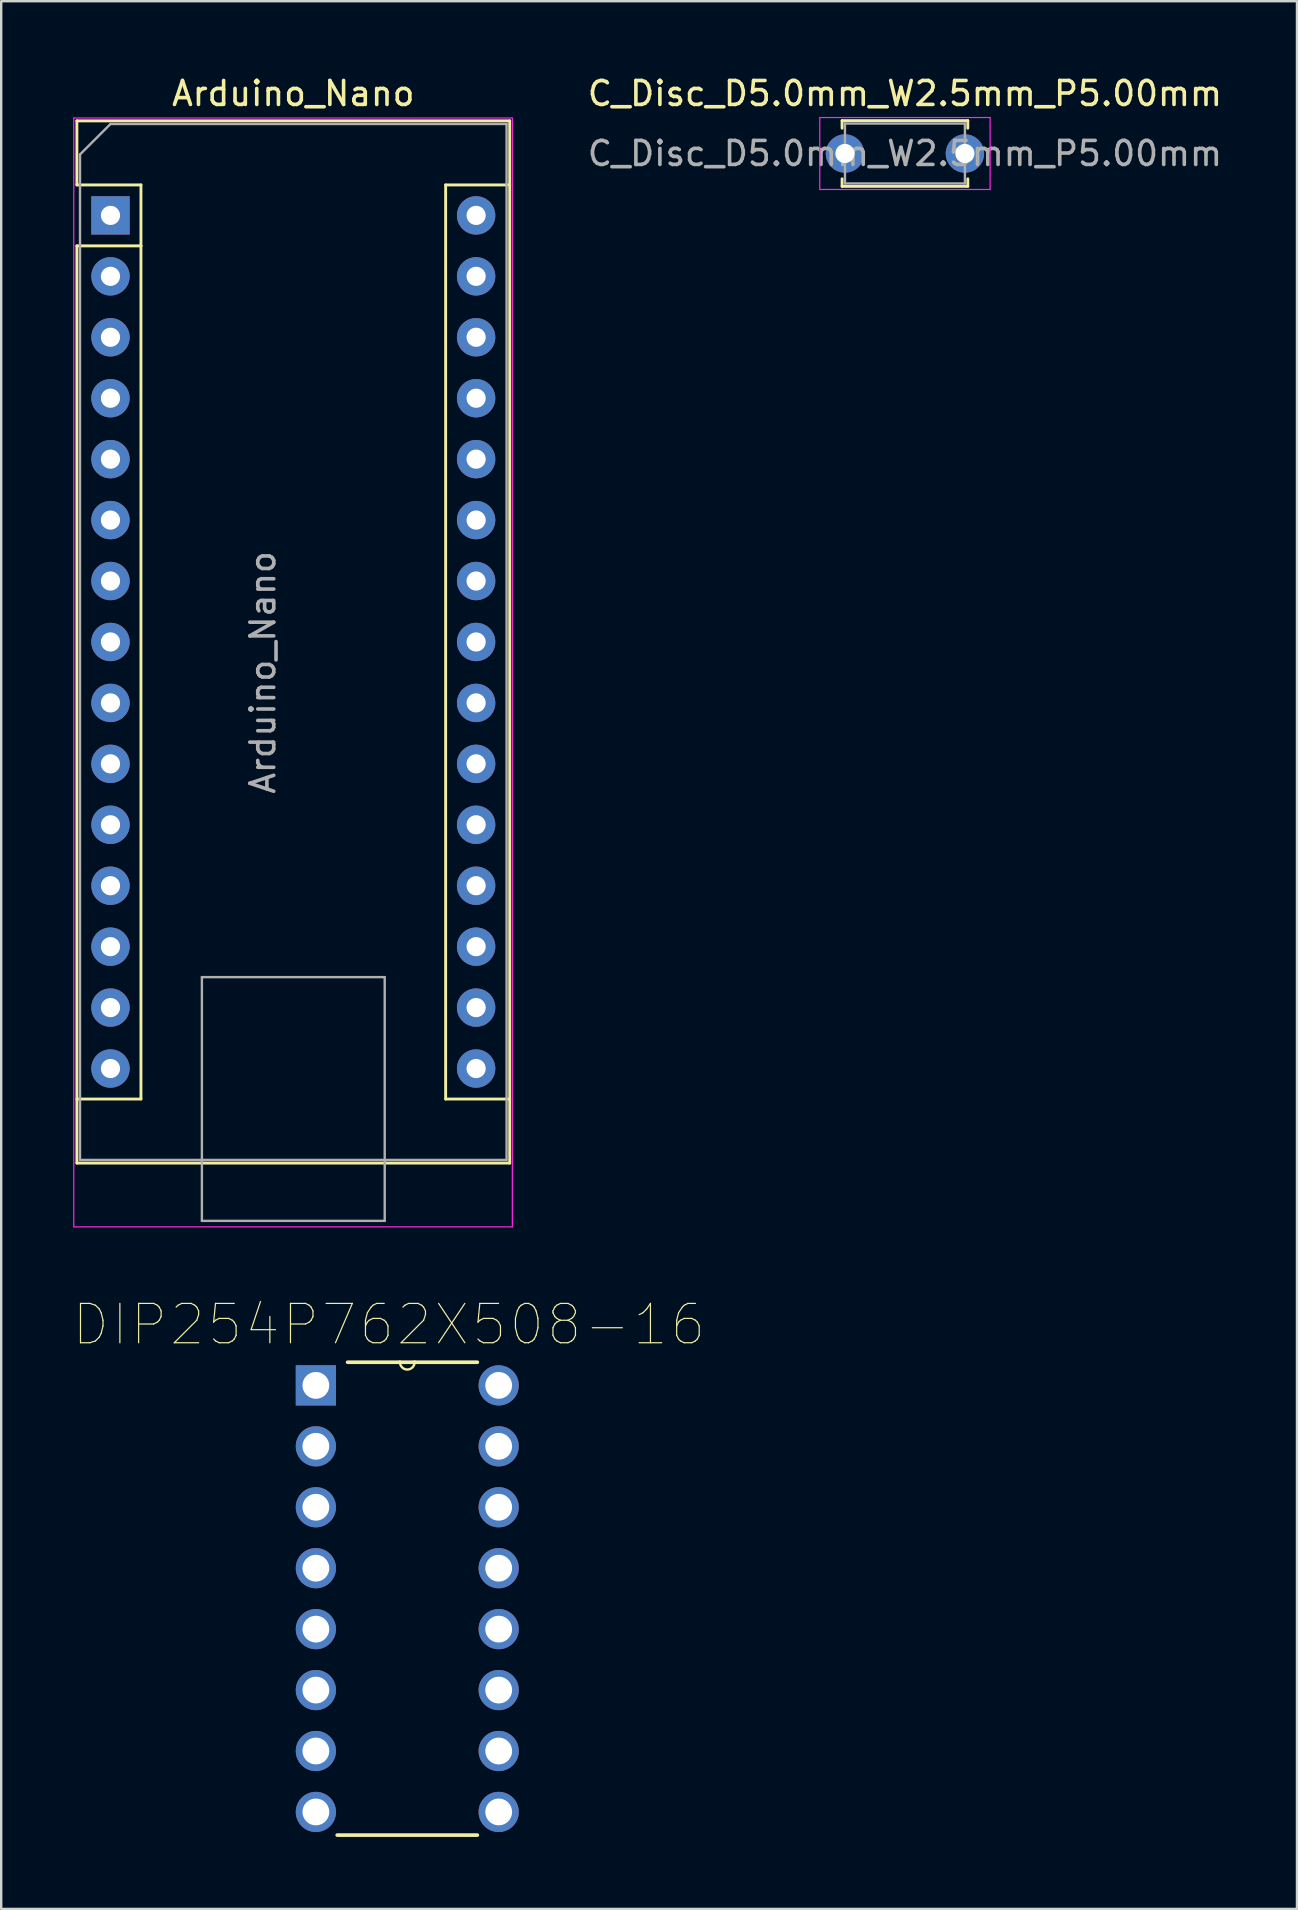
<source format=kicad_pcb>
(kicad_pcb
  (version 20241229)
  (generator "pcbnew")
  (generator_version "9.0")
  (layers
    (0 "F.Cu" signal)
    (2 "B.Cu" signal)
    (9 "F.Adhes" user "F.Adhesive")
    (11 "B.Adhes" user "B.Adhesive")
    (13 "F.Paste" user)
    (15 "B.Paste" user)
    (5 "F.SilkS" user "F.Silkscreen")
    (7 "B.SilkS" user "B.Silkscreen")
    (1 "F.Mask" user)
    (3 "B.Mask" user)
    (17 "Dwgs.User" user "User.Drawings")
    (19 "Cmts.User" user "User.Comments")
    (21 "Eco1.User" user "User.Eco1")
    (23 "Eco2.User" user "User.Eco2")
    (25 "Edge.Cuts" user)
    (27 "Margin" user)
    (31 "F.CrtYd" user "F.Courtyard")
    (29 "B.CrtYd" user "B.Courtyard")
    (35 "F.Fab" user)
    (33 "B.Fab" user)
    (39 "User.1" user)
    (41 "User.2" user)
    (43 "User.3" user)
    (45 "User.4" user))
  (footprint "DIP254P762X508-16"
    (layer "F.Cu")
    (at 17.736 72.474)
    (property "Reference" "DIP254P762X508-16" (at -4.576 -20.313 0) (layer "F.SilkS") (effects (font (size 1.641 1.641) (thickness 0.05))))
    (attr through_hole)
    (fp_line (start -6.731 0.965) (end -0.889 0.965) (stroke (width 0.152) (type solid)) (layer "F.SilkS"))
    (fp_line (start -4.115 -18.745) (end -6.299 -18.745) (stroke (width 0.152) (type solid)) (layer "F.SilkS"))
    (fp_line (start -3.505 -18.745) (end -4.115 -18.745) (stroke (width 0.152) (type solid)) (layer "F.SilkS"))
    (fp_line (start -0.889 -18.745) (end -3.505 -18.745) (stroke (width 0.152) (type solid)) (layer "F.SilkS"))
    (fp_arc (start -3.5052 -18.7452) (mid -3.81 -18.4404) (end -4.1148 -18.7452) (stroke (width 0.1) (type solid)) (layer "F.SilkS"))
    (fp_line (start -8.179 -18.339) (end -8.179 -17.221) (stroke (width 0.152) (type solid)) (layer "Eco2.User"))
    (fp_line (start -8.179 -17.221) (end -7.112 -17.221) (stroke (width 0.152) (type solid)) (layer "Eco2.User"))
    (fp_line (start -8.179 -15.799) (end -8.179 -14.681) (stroke (width 0.152) (type solid)) (layer "Eco2.User"))
    (fp_line (start -8.179 -14.681) (end -7.112 -14.681) (stroke (width 0.152) (type solid)) (layer "Eco2.User"))
    (fp_line (start -8.179 -13.259) (end -8.179 -12.141) (stroke (width 0.152) (type solid)) (layer "Eco2.User"))
    (fp_line (start -8.179 -12.141) (end -7.112 -12.141) (stroke (width 0.152) (type solid)) (layer "Eco2.User"))
    (fp_line (start -8.179 -10.719) (end -8.179 -9.601) (stroke (width 0.152) (type solid)) (layer "Eco2.User"))
    (fp_line (start -8.179 -9.601) (end -7.112 -9.601) (stroke (width 0.152) (type solid)) (layer "Eco2.User"))
    (fp_line (start -8.179 -8.179) (end -8.179 -7.061) (stroke (width 0.152) (type solid)) (layer "Eco2.User"))
    (fp_line (start -8.179 -7.061) (end -7.112 -7.061) (stroke (width 0.152) (type solid)) (layer "Eco2.User"))
    (fp_line (start -8.179 -5.639) (end -8.179 -4.521) (stroke (width 0.152) (type solid)) (layer "Eco2.User"))
    (fp_line (start -8.179 -4.521) (end -7.112 -4.521) (stroke (width 0.152) (type solid)) (layer "Eco2.User"))
    (fp_line (start -8.179 -3.099) (end -8.179 -1.981) (stroke (width 0.152) (type solid)) (layer "Eco2.User"))
    (fp_line (start -8.179 -1.981) (end -7.112 -1.981) (stroke (width 0.152) (type solid)) (layer "Eco2.User"))
    (fp_line (start -8.179 -0.559) (end -8.179 0.559) (stroke (width 0.152) (type solid)) (layer "Eco2.User"))
    (fp_line (start -8.179 0.559) (end -7.112 0.559) (stroke (width 0.152) (type solid)) (layer "Eco2.User"))
    (fp_line (start -7.112 -18.745) (end -7.112 0.965) (stroke (width 0.152) (type solid)) (layer "Eco2.User"))
    (fp_line (start -7.112 -18.339) (end -8.179 -18.339) (stroke (width 0.152) (type solid)) (layer "Eco2.User"))
    (fp_line (start -7.112 -17.221) (end -7.112 -18.339) (stroke (width 0.152) (type solid)) (layer "Eco2.User"))
    (fp_line (start -7.112 -15.799) (end -8.179 -15.799) (stroke (width 0.152) (type solid)) (layer "Eco2.User"))
    (fp_line (start -7.112 -14.681) (end -7.112 -15.799) (stroke (width 0.152) (type solid)) (layer "Eco2.User"))
    (fp_line (start -7.112 -13.259) (end -8.179 -13.259) (stroke (width 0.152) (type solid)) (layer "Eco2.User"))
    (fp_line (start -7.112 -12.141) (end -7.112 -13.259) (stroke (width 0.152) (type solid)) (layer "Eco2.User"))
    (fp_line (start -7.112 -10.719) (end -8.179 -10.719) (stroke (width 0.152) (type solid)) (layer "Eco2.User"))
    (fp_line (start -7.112 -9.601) (end -7.112 -10.719) (stroke (width 0.152) (type solid)) (layer "Eco2.User"))
    (fp_line (start -7.112 -8.179) (end -8.179 -8.179) (stroke (width 0.152) (type solid)) (layer "Eco2.User"))
    (fp_line (start -7.112 -7.061) (end -7.112 -8.179) (stroke (width 0.152) (type solid)) (layer "Eco2.User"))
    (fp_line (start -7.112 -5.639) (end -8.179 -5.639) (stroke (width 0.152) (type solid)) (layer "Eco2.User"))
    (fp_line (start -7.112 -4.521) (end -7.112 -5.639) (stroke (width 0.152) (type solid)) (layer "Eco2.User"))
    (fp_line (start -7.112 -3.099) (end -8.179 -3.099) (stroke (width 0.152) (type solid)) (layer "Eco2.User"))
    (fp_line (start -7.112 -1.981) (end -7.112 -3.099) (stroke (width 0.152) (type solid)) (layer "Eco2.User"))
    (fp_line (start -7.112 -0.559) (end -8.179 -0.559) (stroke (width 0.152) (type solid)) (layer "Eco2.User"))
    (fp_line (start -7.112 0.559) (end -7.112 -0.559) (stroke (width 0.152) (type solid)) (layer "Eco2.User"))
    (fp_line (start -7.112 0.965) (end -0.508 0.965) (stroke (width 0.152) (type solid)) (layer "Eco2.User"))
    (fp_line (start -4.115 -18.745) (end -7.112 -18.745) (stroke (width 0.152) (type solid)) (layer "Eco2.User"))
    (fp_line (start -3.505 -18.745) (end -4.115 -18.745) (stroke (width 0.152) (type solid)) (layer "Eco2.User"))
    (fp_line (start -0.508 -18.745) (end -3.505 -18.745) (stroke (width 0.152) (type solid)) (layer "Eco2.User"))
    (fp_line (start -0.508 -18.339) (end -0.508 -17.221) (stroke (width 0.152) (type solid)) (layer "Eco2.User"))
    (fp_line (start -0.508 -17.221) (end 0.559 -17.221) (stroke (width 0.152) (type solid)) (layer "Eco2.User"))
    (fp_line (start -0.508 -15.799) (end -0.508 -14.681) (stroke (width 0.152) (type solid)) (layer "Eco2.User"))
    (fp_line (start -0.508 -14.681) (end 0.559 -14.681) (stroke (width 0.152) (type solid)) (layer "Eco2.User"))
    (fp_line (start -0.508 -13.259) (end -0.508 -12.141) (stroke (width 0.152) (type solid)) (layer "Eco2.User"))
    (fp_line (start -0.508 -12.141) (end 0.559 -12.141) (stroke (width 0.152) (type solid)) (layer "Eco2.User"))
    (fp_line (start -0.508 -10.719) (end -0.508 -9.601) (stroke (width 0.152) (type solid)) (layer "Eco2.User"))
    (fp_line (start -0.508 -9.601) (end 0.559 -9.601) (stroke (width 0.152) (type solid)) (layer "Eco2.User"))
    (fp_line (start -0.508 -8.179) (end -0.508 -7.061) (stroke (width 0.152) (type solid)) (layer "Eco2.User"))
    (fp_line (start -0.508 -7.061) (end 0.559 -7.061) (stroke (width 0.152) (type solid)) (layer "Eco2.User"))
    (fp_line (start -0.508 -5.639) (end -0.508 -4.521) (stroke (width 0.152) (type solid)) (layer "Eco2.User"))
    (fp_line (start -0.508 -4.521) (end 0.559 -4.521) (stroke (width 0.152) (type solid)) (layer "Eco2.User"))
    (fp_line (start -0.508 -3.099) (end -0.508 -1.981) (stroke (width 0.152) (type solid)) (layer "Eco2.User"))
    (fp_line (start -0.508 -1.981) (end 0.559 -1.981) (stroke (width 0.152) (type solid)) (layer "Eco2.User"))
    (fp_line (start -0.508 -0.559) (end -0.508 0.559) (stroke (width 0.152) (type solid)) (layer "Eco2.User"))
    (fp_line (start -0.508 0.559) (end 0.559 0.559) (stroke (width 0.152) (type solid)) (layer "Eco2.User"))
    (fp_line (start -0.508 0.965) (end -0.508 -18.745) (stroke (width 0.152) (type solid)) (layer "Eco2.User"))
    (fp_line (start 0.559 -18.339) (end -0.508 -18.339) (stroke (width 0.152) (type solid)) (layer "Eco2.User"))
    (fp_line (start 0.559 -17.221) (end 0.559 -18.339) (stroke (width 0.152) (type solid)) (layer "Eco2.User"))
    (fp_line (start 0.559 -15.799) (end -0.508 -15.799) (stroke (width 0.152) (type solid)) (layer "Eco2.User"))
    (fp_line (start 0.559 -14.681) (end 0.559 -15.799) (stroke (width 0.152) (type solid)) (layer "Eco2.User"))
    (fp_line (start 0.559 -13.259) (end -0.508 -13.259) (stroke (width 0.152) (type solid)) (layer "Eco2.User"))
    (fp_line (start 0.559 -12.141) (end 0.559 -13.259) (stroke (width 0.152) (type solid)) (layer "Eco2.User"))
    (fp_line (start 0.559 -10.719) (end -0.508 -10.719) (stroke (width 0.152) (type solid)) (layer "Eco2.User"))
    (fp_line (start 0.559 -9.601) (end 0.559 -10.719) (stroke (width 0.152) (type solid)) (layer "Eco2.User"))
    (fp_line (start 0.559 -8.179) (end -0.508 -8.179) (stroke (width 0.152) (type solid)) (layer "Eco2.User"))
    (fp_line (start 0.559 -7.061) (end 0.559 -8.179) (stroke (width 0.152) (type solid)) (layer "Eco2.User"))
    (fp_line (start 0.559 -5.639) (end -0.508 -5.639) (stroke (width 0.152) (type solid)) (layer "Eco2.User"))
    (fp_line (start 0.559 -4.521) (end 0.559 -5.639) (stroke (width 0.152) (type solid)) (layer "Eco2.User"))
    (fp_line (start 0.559 -3.099) (end -0.508 -3.099) (stroke (width 0.152) (type solid)) (layer "Eco2.User"))
    (fp_line (start 0.559 -1.981) (end 0.559 -3.099) (stroke (width 0.152) (type solid)) (layer "Eco2.User"))
    (fp_line (start 0.559 -0.559) (end -0.508 -0.559) (stroke (width 0.152) (type solid)) (layer "Eco2.User"))
    (fp_line (start 0.559 0.559) (end 0.559 -0.559) (stroke (width 0.152) (type solid)) (layer "Eco2.User"))
    (fp_arc (start -3.5052 -18.7452) (mid -3.81 -18.4404) (end -4.1148 -18.7452) (stroke (width 0.1) (type solid)) (layer "Eco2.User"))
    (pad "1" thru_hole rect (at -7.62 -17.78) (size 1.676 1.676) (drill 1.118) (layers "*.Cu" "*.Mask"))
    (pad "2" thru_hole circle (at -7.62 -15.24) (size 1.676 1.676) (drill 1.118) (layers "*.Cu" "*.Mask"))
    (pad "3" thru_hole circle (at -7.62 -12.7) (size 1.676 1.676) (drill 1.118) (layers "*.Cu" "*.Mask"))
    (pad "4" thru_hole circle (at -7.62 -10.16) (size 1.676 1.676) (drill 1.118) (layers "*.Cu" "*.Mask"))
    (pad "5" thru_hole circle (at -7.62 -7.62) (size 1.676 1.676) (drill 1.118) (layers "*.Cu" "*.Mask"))
    (pad "6" thru_hole circle (at -7.62 -5.08) (size 1.676 1.676) (drill 1.118) (layers "*.Cu" "*.Mask"))
    (pad "7" thru_hole circle (at -7.62 -2.54) (size 1.676 1.676) (drill 1.118) (layers "*.Cu" "*.Mask"))
    (pad "8" thru_hole circle (at -7.62 0) (size 1.676 1.676) (drill 1.118) (layers "*.Cu" "*.Mask"))
    (pad "9" thru_hole circle (at 0 0) (size 1.676 1.676) (drill 1.118) (layers "*.Cu" "*.Mask"))
    (pad "10" thru_hole circle (at 0 -2.54) (size 1.676 1.676) (drill 1.118) (layers "*.Cu" "*.Mask"))
    (pad "11" thru_hole circle (at 0 -5.08) (size 1.676 1.676) (drill 1.118) (layers "*.Cu" "*.Mask"))
    (pad "12" thru_hole circle (at 0 -7.62) (size 1.676 1.676) (drill 1.118) (layers "*.Cu" "*.Mask"))
    (pad "13" thru_hole circle (at 0 -10.16) (size 1.676 1.676) (drill 1.118) (layers "*.Cu" "*.Mask"))
    (pad "14" thru_hole circle (at 0 -12.7) (size 1.676 1.676) (drill 1.118) (layers "*.Cu" "*.Mask"))
    (pad "15" thru_hole circle (at 0 -15.24) (size 1.676 1.676) (drill 1.118) (layers "*.Cu" "*.Mask"))
    (pad "16" thru_hole circle (at 0 -17.78) (size 1.676 1.676) (drill 1.118) (layers "*.Cu" "*.Mask")))
  (footprint "Arduino_Nano"
    (layer "F.Cu")
    (at 1.555 5.928)
    (property "Reference" "Arduino_Nano" (at 7.62 -5.08 0) (layer "F.SilkS") (effects (font (size 1 1) (thickness 0.15))))
    (attr through_hole)
    (fp_line (start -1.4 -3.94) (end -1.4 -1.27) (stroke (width 0.12) (type solid)) (layer "F.SilkS"))
    (fp_line (start -1.4 1.27) (end -1.4 39.5) (stroke (width 0.12) (type solid)) (layer "F.SilkS"))
    (fp_line (start -1.4 39.5) (end 16.64 39.5) (stroke (width 0.12) (type solid)) (layer "F.SilkS"))
    (fp_line (start 1.27 -1.27) (end -1.4 -1.27) (stroke (width 0.12) (type solid)) (layer "F.SilkS"))
    (fp_line (start 1.27 1.27) (end -1.4 1.27) (stroke (width 0.12) (type solid)) (layer "F.SilkS"))
    (fp_line (start 1.27 1.27) (end 1.27 -1.27) (stroke (width 0.12) (type solid)) (layer "F.SilkS"))
    (fp_line (start 1.27 1.27) (end 1.27 36.83) (stroke (width 0.12) (type solid)) (layer "F.SilkS"))
    (fp_line (start 1.27 36.83) (end -1.4 36.83) (stroke (width 0.12) (type solid)) (layer "F.SilkS"))
    (fp_line (start 13.97 -1.27) (end 13.97 36.83) (stroke (width 0.12) (type solid)) (layer "F.SilkS"))
    (fp_line (start 13.97 -1.27) (end 16.64 -1.27) (stroke (width 0.12) (type solid)) (layer "F.SilkS"))
    (fp_line (start 13.97 36.83) (end 16.64 36.83) (stroke (width 0.12) (type solid)) (layer "F.SilkS"))
    (fp_line (start 16.64 -3.94) (end -1.4 -3.94) (stroke (width 0.12) (type solid)) (layer "F.SilkS"))
    (fp_line (start 16.64 39.5) (end 16.64 -3.94) (stroke (width 0.12) (type solid)) (layer "F.SilkS"))
    (fp_line (start -1.53 -4.06) (end -1.53 42.16) (stroke (width 0.05) (type solid)) (layer "F.CrtYd"))
    (fp_line (start -1.53 -4.06) (end 16.75 -4.06) (stroke (width 0.05) (type solid)) (layer "F.CrtYd"))
    (fp_line (start 16.75 42.16) (end -1.53 42.16) (stroke (width 0.05) (type solid)) (layer "F.CrtYd"))
    (fp_line (start 16.75 42.16) (end 16.75 -4.06) (stroke (width 0.05) (type solid)) (layer "F.CrtYd"))
    (fp_line (start -1.27 -2.54) (end 0 -3.81) (stroke (width 0.1) (type solid)) (layer "F.Fab"))
    (fp_line (start -1.27 39.37) (end -1.27 -2.54) (stroke (width 0.1) (type solid)) (layer "F.Fab"))
    (fp_line (start 0 -3.81) (end 16.51 -3.81) (stroke (width 0.1) (type solid)) (layer "F.Fab"))
    (fp_line (start 3.81 31.75) (end 11.43 31.75) (stroke (width 0.1) (type solid)) (layer "F.Fab"))
    (fp_line (start 3.81 41.91) (end 3.81 31.75) (stroke (width 0.1) (type solid)) (layer "F.Fab"))
    (fp_line (start 11.43 31.75) (end 11.43 41.91) (stroke (width 0.1) (type solid)) (layer "F.Fab"))
    (fp_line (start 11.43 41.91) (end 3.81 41.91) (stroke (width 0.1) (type solid)) (layer "F.Fab"))
    (fp_line (start 16.51 -3.81) (end 16.51 39.37) (stroke (width 0.1) (type solid)) (layer "F.Fab"))
    (fp_line (start 16.51 39.37) (end -1.27 39.37) (stroke (width 0.1) (type solid)) (layer "F.Fab"))
    (fp_text user "${REFERENCE}" (at 6.35 19.05 90) (layer "F.Fab") (effects (font (size 1 1) (thickness 0.15))))
    (pad "1" thru_hole rect (at 0 0) (size 1.6 1.6) (drill 0.8) (layers "*.Cu" "*.Mask"))
    (pad "2" thru_hole oval (at 0 2.54) (size 1.6 1.6) (drill 0.8) (layers "*.Cu" "*.Mask"))
    (pad "3" thru_hole oval (at 0 5.08) (size 1.6 1.6) (drill 0.8) (layers "*.Cu" "*.Mask"))
    (pad "4" thru_hole oval (at 0 7.62) (size 1.6 1.6) (drill 0.8) (layers "*.Cu" "*.Mask"))
    (pad "5" thru_hole oval (at 0 10.16) (size 1.6 1.6) (drill 0.8) (layers "*.Cu" "*.Mask"))
    (pad "6" thru_hole oval (at 0 12.7) (size 1.6 1.6) (drill 0.8) (layers "*.Cu" "*.Mask"))
    (pad "7" thru_hole oval (at 0 15.24) (size 1.6 1.6) (drill 0.8) (layers "*.Cu" "*.Mask"))
    (pad "8" thru_hole oval (at 0 17.78) (size 1.6 1.6) (drill 0.8) (layers "*.Cu" "*.Mask"))
    (pad "9" thru_hole oval (at 0 20.32) (size 1.6 1.6) (drill 0.8) (layers "*.Cu" "*.Mask"))
    (pad "10" thru_hole oval (at 0 22.86) (size 1.6 1.6) (drill 0.8) (layers "*.Cu" "*.Mask"))
    (pad "11" thru_hole oval (at 0 25.4) (size 1.6 1.6) (drill 0.8) (layers "*.Cu" "*.Mask"))
    (pad "12" thru_hole oval (at 0 27.94) (size 1.6 1.6) (drill 0.8) (layers "*.Cu" "*.Mask"))
    (pad "13" thru_hole oval (at 0 30.48) (size 1.6 1.6) (drill 0.8) (layers "*.Cu" "*.Mask"))
    (pad "14" thru_hole oval (at 0 33.02) (size 1.6 1.6) (drill 0.8) (layers "*.Cu" "*.Mask"))
    (pad "15" thru_hole oval (at 0 35.56) (size 1.6 1.6) (drill 0.8) (layers "*.Cu" "*.Mask"))
    (pad "16" thru_hole oval (at 15.24 35.56) (size 1.6 1.6) (drill 0.8) (layers "*.Cu" "*.Mask"))
    (pad "17" thru_hole oval (at 15.24 33.02) (size 1.6 1.6) (drill 0.8) (layers "*.Cu" "*.Mask"))
    (pad "18" thru_hole oval (at 15.24 30.48) (size 1.6 1.6) (drill 0.8) (layers "*.Cu" "*.Mask"))
    (pad "19" thru_hole oval (at 15.24 27.94) (size 1.6 1.6) (drill 0.8) (layers "*.Cu" "*.Mask"))
    (pad "20" thru_hole oval (at 15.24 25.4) (size 1.6 1.6) (drill 0.8) (layers "*.Cu" "*.Mask"))
    (pad "21" thru_hole oval (at 15.24 22.86) (size 1.6 1.6) (drill 0.8) (layers "*.Cu" "*.Mask"))
    (pad "22" thru_hole oval (at 15.24 20.32) (size 1.6 1.6) (drill 0.8) (layers "*.Cu" "*.Mask"))
    (pad "23" thru_hole oval (at 15.24 17.78) (size 1.6 1.6) (drill 0.8) (layers "*.Cu" "*.Mask"))
    (pad "24" thru_hole oval (at 15.24 15.24) (size 1.6 1.6) (drill 0.8) (layers "*.Cu" "*.Mask"))
    (pad "25" thru_hole oval (at 15.24 12.7) (size 1.6 1.6) (drill 0.8) (layers "*.Cu" "*.Mask"))
    (pad "26" thru_hole oval (at 15.24 10.16) (size 1.6 1.6) (drill 0.8) (layers "*.Cu" "*.Mask"))
    (pad "27" thru_hole oval (at 15.24 7.62) (size 1.6 1.6) (drill 0.8) (layers "*.Cu" "*.Mask"))
    (pad "28" thru_hole oval (at 15.24 5.08) (size 1.6 1.6) (drill 0.8) (layers "*.Cu" "*.Mask"))
    (pad "29" thru_hole oval (at 15.24 2.54) (size 1.6 1.6) (drill 0.8) (layers "*.Cu" "*.Mask"))
    (pad "30" thru_hole oval (at 15.24 0) (size 1.6 1.6) (drill 0.8) (layers "*.Cu" "*.Mask")))
  (footprint "C_Disc_D5.0mm_W2.5mm_P5.00mm"
    (layer "F.Cu")
    (at 32.169 3.348)
    (property "Reference" "C_Disc_D5.0mm_W2.5mm_P5.00mm" (at 2.5 -2.5 0) (layer "F.SilkS") (effects (font (size 1 1) (thickness 0.15))))
    (attr through_hole)
    (fp_line (start -0.12 -1.37) (end -0.12 -1.055) (stroke (width 0.12) (type solid)) (layer "F.SilkS"))
    (fp_line (start -0.12 -1.37) (end 5.12 -1.37) (stroke (width 0.12) (type solid)) (layer "F.SilkS"))
    (fp_line (start -0.12 1.055) (end -0.12 1.37) (stroke (width 0.12) (type solid)) (layer "F.SilkS"))
    (fp_line (start -0.12 1.37) (end 5.12 1.37) (stroke (width 0.12) (type solid)) (layer "F.SilkS"))
    (fp_line (start 5.12 -1.37) (end 5.12 -1.055) (stroke (width 0.12) (type solid)) (layer "F.SilkS"))
    (fp_line (start 5.12 1.055) (end 5.12 1.37) (stroke (width 0.12) (type solid)) (layer "F.SilkS"))
    (fp_line (start -1.05 -1.5) (end -1.05 1.5) (stroke (width 0.05) (type solid)) (layer "F.CrtYd"))
    (fp_line (start -1.05 1.5) (end 6.05 1.5) (stroke (width 0.05) (type solid)) (layer "F.CrtYd"))
    (fp_line (start 6.05 -1.5) (end -1.05 -1.5) (stroke (width 0.05) (type solid)) (layer "F.CrtYd"))
    (fp_line (start 6.05 1.5) (end 6.05 -1.5) (stroke (width 0.05) (type solid)) (layer "F.CrtYd"))
    (fp_line (start 0 -1.25) (end 0 1.25) (stroke (width 0.1) (type solid)) (layer "F.Fab"))
    (fp_line (start 0 1.25) (end 5 1.25) (stroke (width 0.1) (type solid)) (layer "F.Fab"))
    (fp_line (start 5 -1.25) (end 0 -1.25) (stroke (width 0.1) (type solid)) (layer "F.Fab"))
    (fp_line (start 5 1.25) (end 5 -1.25) (stroke (width 0.1) (type solid)) (layer "F.Fab"))
    (fp_text user "${REFERENCE}" (at 2.5 0 0) (layer "F.Fab") (effects (font (size 1 1) (thickness 0.15))))
    (pad "1" thru_hole circle (at 0 0) (size 1.6 1.6) (drill 0.8) (layers "*.Cu" "*.Mask"))
    (pad "2" thru_hole circle (at 5 0) (size 1.6 1.6) (drill 0.8) (layers "*.Cu" "*.Mask")))
  (gr_rect
    (start -3 -3)
    (end 51.009 76.516)
    (stroke (width 0.1) (type default))
    (fill no)
    (layer "Edge.Cuts")))
</source>
